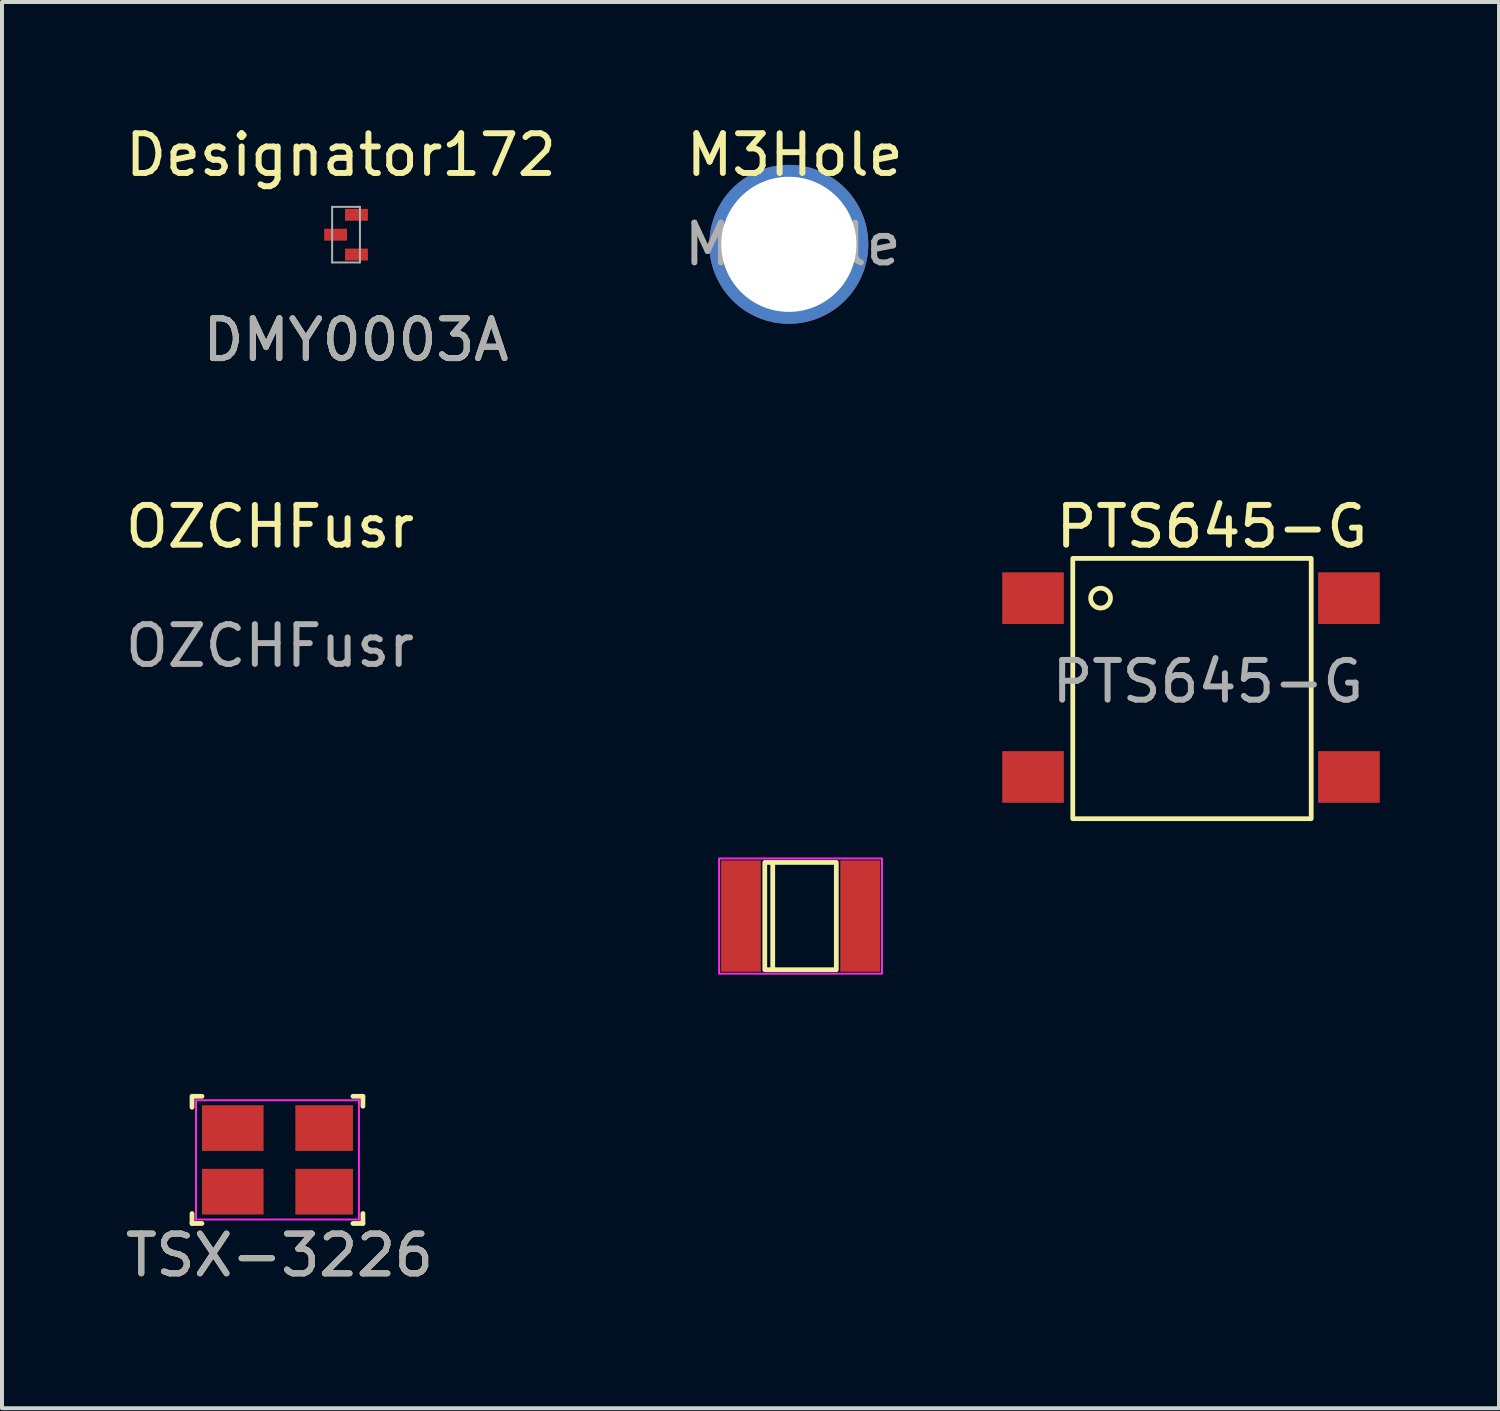
<source format=kicad_pcb>
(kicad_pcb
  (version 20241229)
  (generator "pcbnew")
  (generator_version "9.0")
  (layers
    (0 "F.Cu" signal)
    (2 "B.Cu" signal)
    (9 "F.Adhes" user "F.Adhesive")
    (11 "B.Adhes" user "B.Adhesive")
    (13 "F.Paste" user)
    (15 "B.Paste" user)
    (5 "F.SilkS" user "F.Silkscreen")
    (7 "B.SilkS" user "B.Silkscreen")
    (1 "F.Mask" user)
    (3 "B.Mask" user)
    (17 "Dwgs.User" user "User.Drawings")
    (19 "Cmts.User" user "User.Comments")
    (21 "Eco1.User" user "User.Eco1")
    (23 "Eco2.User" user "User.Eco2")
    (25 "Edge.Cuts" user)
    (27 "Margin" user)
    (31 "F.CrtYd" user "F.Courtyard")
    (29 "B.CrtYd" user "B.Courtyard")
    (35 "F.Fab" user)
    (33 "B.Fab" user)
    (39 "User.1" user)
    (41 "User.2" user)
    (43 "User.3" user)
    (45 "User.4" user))
  (footprint "PTS645-G"
    (layer "F.Cu")
    (at 22.944 12.001)
    (property "Reference" "PTS645-G" (at 4.5 -1.8 0) (unlocked yes) (layer "F.SilkS") (effects (font (size 1 1) (thickness 0.15))))
    (attr smd)
    (fp_rect (start 1 -1) (end 7 5.55) (stroke (width 0.12) (type solid)) (fill no) (layer "F.SilkS"))
    (fp_circle (center 1.7 0) (end 1.9 0.15) (stroke (width 0.12) (type solid)) (fill no) (layer "F.SilkS"))
    (fp_text user "${REFERENCE}" (at 4.4 2.1 0) (unlocked yes) (layer "F.Fab") (effects (font (size 1 1) (thickness 0.15))))
    (pad "1" smd rect (at 0 0) (size 1.55 1.3) (layers "F.Cu" "F.Mask" "F.Paste"))
    (pad "2" smd rect (at 7.95 0) (size 1.55 1.3) (layers "F.Cu" "F.Mask" "F.Paste"))
    (pad "3" smd rect (at 0 4.5) (size 1.55 1.3) (layers "F.Cu" "F.Mask" "F.Paste"))
    (pad "4" smd rect (at 7.95 4.5) (size 1.55 1.3) (layers "F.Cu" "F.Mask" "F.Paste")))
  (footprint "TSX-3226"
    (layer "F.Cu")
    (at 3.982 26.086)
    (property "Reference" "TSX-3226" (at 0 2.45 0) (unlocked yes) (layer "F.SilkS") (effects (font (size 1 1) (thickness 0.15))))
    (attr smd)
    (fp_line (start -2.2 -1.55) (end -1.95 -1.55) (stroke (width 0.12) (type solid)) (layer "F.SilkS"))
    (fp_line (start -2.2 -1.275) (end -2.2 -1.525) (stroke (width 0.12) (type solid)) (layer "F.SilkS"))
    (fp_line (start -2.2 1.65) (end -2.2 1.4) (stroke (width 0.12) (type solid)) (layer "F.SilkS"))
    (fp_line (start -1.95 1.65) (end -2.2 1.65) (stroke (width 0.12) (type solid)) (layer "F.SilkS"))
    (fp_line (start 1.85 -1.55) (end 2.1 -1.55) (stroke (width 0.12) (type solid)) (layer "F.SilkS"))
    (fp_line (start 2.1 -1.55) (end 2.1 -1.3) (stroke (width 0.12) (type solid)) (layer "F.SilkS"))
    (fp_line (start 2.1 1.4) (end 2.1 1.65) (stroke (width 0.12) (type solid)) (layer "F.SilkS"))
    (fp_line (start 2.1 1.65) (end 1.85 1.65) (stroke (width 0.12) (type solid)) (layer "F.SilkS"))
    (fp_line (start -2.1 -1.45) (end 2 -1.45) (stroke (width 0.05) (type solid)) (layer "F.CrtYd"))
    (fp_line (start -2.1 -0.25) (end -2.1 -1.45) (stroke (width 0.05) (type solid)) (layer "F.CrtYd"))
    (fp_line (start -2.1 1.55) (end -2.1 -0.25) (stroke (width 0.05) (type solid)) (layer "F.CrtYd"))
    (fp_line (start 2 -1.45) (end 2 1.55) (stroke (width 0.05) (type solid)) (layer "F.CrtYd"))
    (fp_line (start 2 1.55) (end -2.1 1.55) (stroke (width 0.05) (type solid)) (layer "F.CrtYd"))
    (fp_text user "${REFERENCE}" (at 0 2.45 0) (unlocked yes) (layer "F.Fab") (effects (font (size 1 1) (thickness 0.15))))
    (pad "1" smd rect (at -1.175 -0.75) (size 1.55 1.15) (layers "F.Cu" "F.Mask" "F.Paste"))
    (pad "2" smd rect (at 1.125 -0.75) (size 1.45 1.15) (layers "F.Cu" "F.Mask" "F.Paste"))
    (pad "3" smd rect (at 1.125 0.85) (size 1.45 1.15) (layers "F.Cu" "F.Mask" "F.Paste"))
    (pad "4" smd rect (at -1.175 0.85) (size 1.55 1.15) (layers "F.Cu" "F.Mask" "F.Paste")))
  (footprint "M3Hole"
    (layer "F.Cu")
    (at 16.799 3.098)
    (property "Reference" "M3Hole" (at 0.15 -2.25 0) (unlocked yes) (layer "F.SilkS") (effects (font (size 1 1) (thickness 0.15))))
    (attr through_hole)
    (fp_text user "${REFERENCE}" (at 0.1 0 0) (unlocked yes) (layer "F.Fab") (effects (font (size 1 1) (thickness 0.15))))
    (pad "" np_thru_hole circle (at 0 0) (size 4 4) (drill 3.4) (layers "*.Cu" "*.Mask")))
  (footprint "OZCHFusr"
    (layer "F.Cu")
    (at 15.594 20.001)
    (property "Reference" "OZCHFusr" (at -11.85 -9.8 0) (unlocked yes) (layer "F.SilkS") (effects (font (size 1 1) (thickness 0.15))))
    (attr smd)
    (fp_line (start 0.8 -1.325) (end 0.8 1.325) (stroke (width 0.12) (type solid)) (layer "F.SilkS"))
    (fp_rect (start 0.6 -1.35) (end 2.4 1.35) (stroke (width 0.12) (type solid)) (fill no) (layer "F.SilkS"))
    (fp_rect (start -0.55 -1.45) (end 3.55 1.45) (stroke (width 0.05) (type solid)) (fill no) (layer "F.CrtYd"))
    (fp_text user "${REFERENCE}" (at -11.85 -6.8 0) (unlocked yes) (layer "F.Fab") (effects (font (size 1 1) (thickness 0.15))))
    (pad "1" smd rect (at 0 0) (size 1 2.8) (layers "F.Cu" "F.Mask" "F.Paste"))
    (pad "2" smd rect (at 3 0) (size 1 2.8) (layers "F.Cu" "F.Mask" "F.Paste")))
  (footprint "DMY0003A"
    (layer "F.Cu")
    (at 5.657 2.855)
    (property "Reference" "DMY0003A" (at 0.25 2.65 0) (unlocked yes) (layer "F.SilkS") (effects (font (size 1 1) (thickness 0.15))))
    (attr smd)
    (fp_poly (pts (xy -0.23 0.055) (xy -0.23 -0.055) (xy -0.229 -0.064) (xy -0.226 -0.074) (xy -0.222 -0.083) (xy -0.215 -0.09) (xy -0.208 -0.097) (xy -0.199 -0.101) (xy -0.189 -0.104) (xy -0.18 -0.105) (xy -0.07 -0.105) (xy -0.061 -0.104) (xy -0.051 -0.101) (xy -0.042 -0.097) (xy -0.035 -0.09) (xy -0.028 -0.083) (xy -0.024 -0.074) (xy -0.021 -0.064) (xy -0.02 -0.055) (xy -0.02 0.055) (xy -0.021 0.064) (xy -0.024 0.074) (xy -0.028 0.083) (xy -0.035 0.09) (xy -0.042 0.097) (xy -0.051 0.101) (xy -0.061 0.104) (xy -0.07 0.105) (xy -0.18 0.105) (xy -0.189 0.104) (xy -0.199 0.101) (xy -0.208 0.097) (xy -0.215 0.09) (xy -0.222 0.083) (xy -0.226 0.074) (xy -0.229 0.064)) (stroke (width 0) (type solid)) (fill yes) (layer "F.Paste"))
    (fp_poly (pts (xy 0.02 -0.445) (xy 0.02 -0.555) (xy 0.021 -0.564) (xy 0.024 -0.574) (xy 0.028 -0.583) (xy 0.035 -0.59) (xy 0.042 -0.597) (xy 0.051 -0.601) (xy 0.061 -0.604) (xy 0.07 -0.605) (xy 0.18 -0.605) (xy 0.189 -0.604) (xy 0.199 -0.601) (xy 0.208 -0.597) (xy 0.215 -0.59) (xy 0.222 -0.583) (xy 0.226 -0.574) (xy 0.229 -0.564) (xy 0.23 -0.555) (xy 0.23 -0.445) (xy 0.229 -0.436) (xy 0.226 -0.426) (xy 0.222 -0.417) (xy 0.215 -0.41) (xy 0.208 -0.403) (xy 0.199 -0.399) (xy 0.189 -0.396) (xy 0.18 -0.395) (xy 0.07 -0.395) (xy 0.061 -0.396) (xy 0.051 -0.399) (xy 0.042 -0.403) (xy 0.035 -0.41) (xy 0.028 -0.417) (xy 0.024 -0.426) (xy 0.021 -0.436)) (stroke (width 0) (type solid)) (fill yes) (layer "F.Paste"))
    (fp_poly (pts (xy 0.02 0.555) (xy 0.02 0.445) (xy 0.021 0.436) (xy 0.024 0.426) (xy 0.028 0.417) (xy 0.035 0.41) (xy 0.042 0.403) (xy 0.051 0.399) (xy 0.061 0.396) (xy 0.07 0.395) (xy 0.18 0.395) (xy 0.189 0.396) (xy 0.199 0.399) (xy 0.208 0.403) (xy 0.215 0.41) (xy 0.222 0.417) (xy 0.226 0.426) (xy 0.229 0.436) (xy 0.23 0.445) (xy 0.23 0.555) (xy 0.229 0.564) (xy 0.226 0.574) (xy 0.222 0.583) (xy 0.215 0.59) (xy 0.208 0.597) (xy 0.199 0.601) (xy 0.189 0.604) (xy 0.18 0.605) (xy 0.07 0.605) (xy 0.061 0.604) (xy 0.051 0.601) (xy 0.042 0.597) (xy 0.035 0.59) (xy 0.028 0.583) (xy 0.024 0.574) (xy 0.021 0.564)) (stroke (width 0) (type solid)) (fill yes) (layer "F.Paste"))
    (fp_line (start -0.35 -0.7) (end 0.35 -0.7) (stroke (width 0.05) (type solid)) (layer "F.Fab"))
    (fp_line (start -0.35 0.7) (end -0.35 -0.7) (stroke (width 0.05) (type solid)) (layer "F.Fab"))
    (fp_line (start -0.35 0.7) (end 0.35 0.7) (stroke (width 0.05) (type solid)) (layer "F.Fab"))
    (fp_line (start 0.35 0.7) (end 0.35 -0.7) (stroke (width 0.05) (type solid)) (layer "F.Fab"))
    (fp_text user "Designator172" (at -0.127 -2.007 0) (unlocked yes) (layer "F.SilkS") (effects (font (size 1 1) (thickness 0.15))))
    (fp_text user "${REFERENCE}" (at 0.25 2.65 0) (unlocked yes) (layer "F.Fab") (effects (font (size 1 1) (thickness 0.15))))
    (pad "1" smd rect (at -0.263 0) (size 0.575 0.3) (layers "F.Cu" "F.Mask"))
    (pad "2" smd rect (at 0.263 0.5) (size 0.575 0.3) (layers "F.Cu" "F.Mask"))
    (pad "3" smd rect (at 0.263 -0.5) (size 0.575 0.3) (layers "F.Cu" "F.Mask")))
  (gr_rect
    (start -3 -3)
    (end 34.669 32.385)
    (stroke (width 0.1) (type default))
    (fill no)
    (layer "Edge.Cuts")))
</source>
